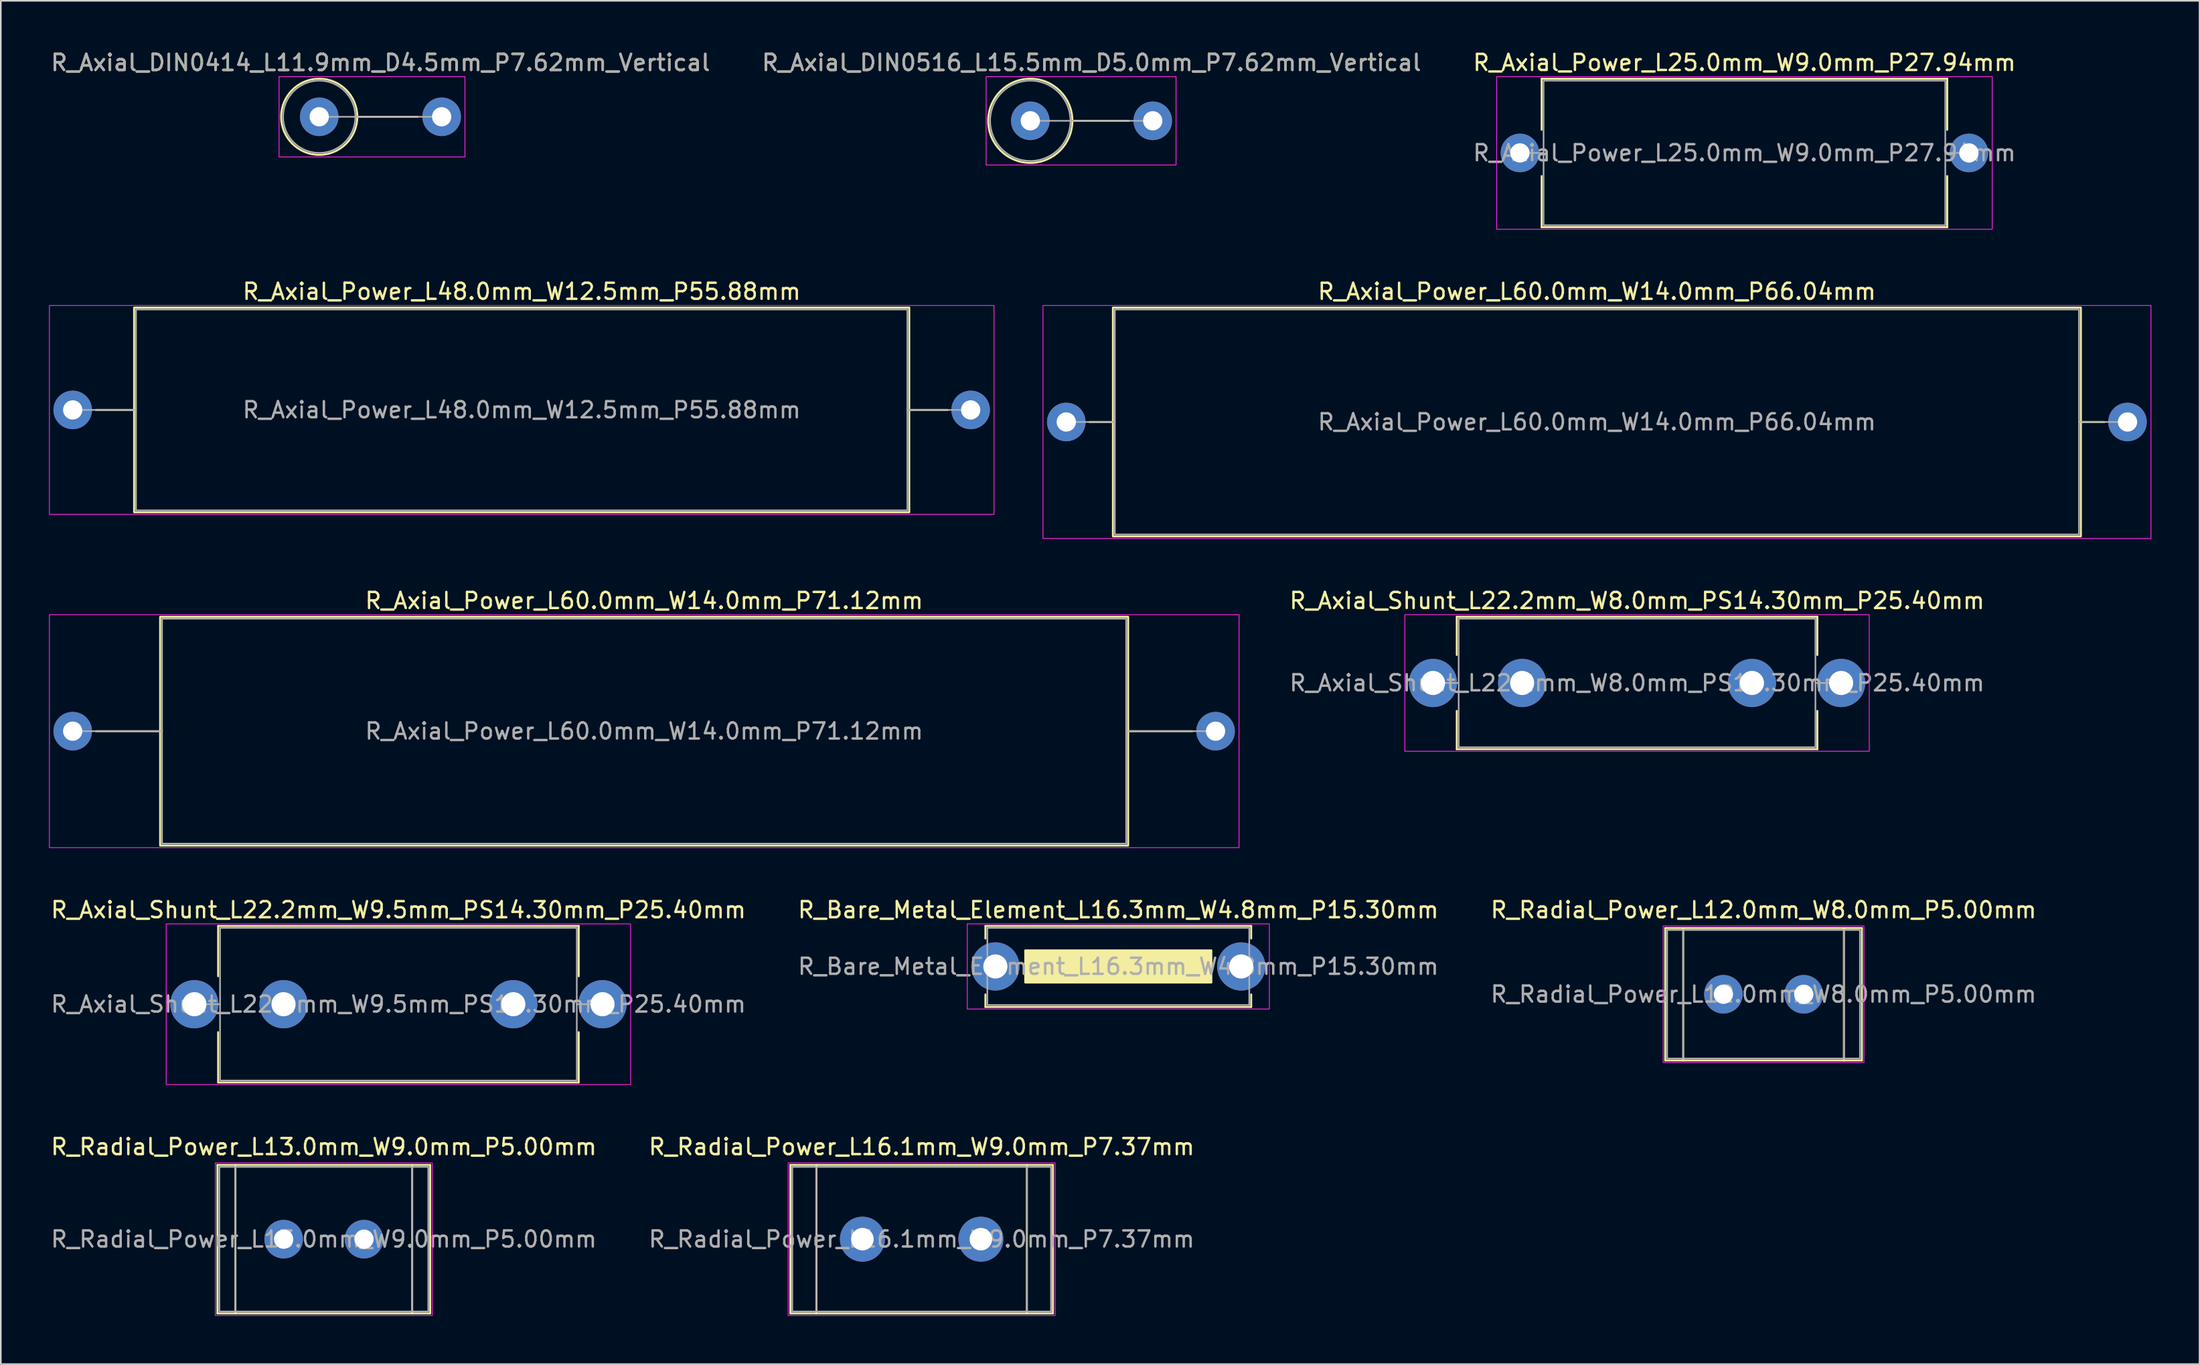
<source format=kicad_pcb>
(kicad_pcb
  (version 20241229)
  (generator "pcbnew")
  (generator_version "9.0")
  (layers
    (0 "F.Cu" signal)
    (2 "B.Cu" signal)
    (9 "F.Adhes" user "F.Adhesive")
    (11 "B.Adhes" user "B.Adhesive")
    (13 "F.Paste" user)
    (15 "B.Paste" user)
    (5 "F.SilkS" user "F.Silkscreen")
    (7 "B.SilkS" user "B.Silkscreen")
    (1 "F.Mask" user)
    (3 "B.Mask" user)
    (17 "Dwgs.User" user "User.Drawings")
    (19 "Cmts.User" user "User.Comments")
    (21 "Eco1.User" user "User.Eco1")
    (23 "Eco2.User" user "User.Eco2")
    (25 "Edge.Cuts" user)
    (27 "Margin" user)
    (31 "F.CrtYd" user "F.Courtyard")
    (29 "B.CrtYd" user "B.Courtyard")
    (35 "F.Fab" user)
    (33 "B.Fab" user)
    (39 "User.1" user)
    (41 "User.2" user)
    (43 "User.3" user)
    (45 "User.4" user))
  (footprint "R_Axial_Power_L60.0mm_W14.0mm_P71.12mm"
    (layer "F.Cu")
    (at 1.475 42.455)
    (property "Reference" "R_Axial_Power_L60.0mm_W14.0mm_P71.12mm" (at 35.56 -8.12 0) (layer "F.SilkS") (effects (font (size 1 1) (thickness 0.15))))
    (attr through_hole)
    (fp_line (start 1.44 0) (end 5.44 0) (stroke (width 0.12) (type solid)) (layer "F.SilkS"))
    (fp_line (start 69.68 0) (end 65.68 0) (stroke (width 0.12) (type solid)) (layer "F.SilkS"))
    (fp_rect (start 5.44 -7.12) (end 65.68 7.12) (stroke (width 0.12) (type solid)) (fill no) (layer "F.SilkS"))
    (fp_rect (start -1.45 -7.25) (end 72.58 7.25) (stroke (width 0.05) (type solid)) (fill no) (layer "F.CrtYd"))
    (fp_line (start 0 0) (end 5.56 0) (stroke (width 0.1) (type solid)) (layer "F.Fab"))
    (fp_line (start 71.12 0) (end 65.56 0) (stroke (width 0.1) (type solid)) (layer "F.Fab"))
    (fp_rect (start 5.56 -7) (end 65.56 7) (stroke (width 0.1) (type solid)) (fill no) (layer "F.Fab"))
    (fp_text user "${REFERENCE}" (at 35.56 0 0) (layer "F.Fab") (effects (font (size 1 1) (thickness 0.15))))
    (pad "1" thru_hole circle (at 0 0) (size 2.4 2.4) (drill 1.2) (layers "*.Cu" "*.Mask"))
    (pad "2" thru_hole circle (at 71.12 0) (size 2.4 2.4) (drill 1.2) (layers "*.Cu" "*.Mask")))
  (footprint "R_Axial_Shunt_L22.2mm_W8.0mm_PS14.30mm_P25.40mm"
    (layer "F.Cu")
    (at 86.124 39.455)
    (property "Reference" "R_Axial_Shunt_L22.2mm_W8.0mm_PS14.30mm_P25.40mm" (at 12.7 -5.12 0) (layer "F.SilkS") (effects (font (size 1 1) (thickness 0.15))))
    (attr through_hole)
    (fp_line (start 1.48 -4.12) (end 23.92 -4.12) (stroke (width 0.12) (type solid)) (layer "F.SilkS"))
    (fp_line (start 1.48 -1.74) (end 1.48 -4.12) (stroke (width 0.12) (type solid)) (layer "F.SilkS"))
    (fp_line (start 1.48 1.74) (end 1.48 4.12) (stroke (width 0.12) (type solid)) (layer "F.SilkS"))
    (fp_line (start 1.48 4.12) (end 23.92 4.12) (stroke (width 0.12) (type solid)) (layer "F.SilkS"))
    (fp_line (start 23.92 -4.12) (end 23.92 -1.74) (stroke (width 0.12) (type solid)) (layer "F.SilkS"))
    (fp_line (start 23.92 4.12) (end 23.92 1.74) (stroke (width 0.12) (type solid)) (layer "F.SilkS"))
    (fp_rect (start -1.75 -4.25) (end 27.15 4.25) (stroke (width 0.05) (type solid)) (fill no) (layer "F.CrtYd"))
    (fp_line (start 0 0) (end 1.6 0) (stroke (width 0.1) (type solid)) (layer "F.Fab"))
    (fp_line (start 25.4 0) (end 23.8 0) (stroke (width 0.1) (type solid)) (layer "F.Fab"))
    (fp_rect (start 1.6 -4) (end 23.8 4) (stroke (width 0.1) (type solid)) (fill no) (layer "F.Fab"))
    (fp_text user "${REFERENCE}" (at 12.7 0 0) (layer "F.Fab") (effects (font (size 1 1) (thickness 0.15))))
    (pad "1" thru_hole circle (at 0 0) (size 3 3) (drill 1.5) (layers "*.Cu" "*.Mask"))
    (pad "2" thru_hole circle (at 5.55 0) (size 3 3) (drill 1.5) (layers "*.Cu" "*.Mask"))
    (pad "3" thru_hole circle (at 19.85 0) (size 3 3) (drill 1.5) (layers "*.Cu" "*.Mask"))
    (pad "4" thru_hole circle (at 25.4 0) (size 3 3) (drill 1.5) (layers "*.Cu" "*.Mask")))
  (footprint "R_Axial_Power_L48.0mm_W12.5mm_P55.88mm"
    (layer "F.Cu")
    (at 1.475 22.462)
    (property "Reference" "R_Axial_Power_L48.0mm_W12.5mm_P55.88mm" (at 27.94 -7.37 0) (layer "F.SilkS") (effects (font (size 1 1) (thickness 0.15))))
    (attr through_hole)
    (fp_line (start 1.44 0) (end 3.82 0) (stroke (width 0.12) (type solid)) (layer "F.SilkS"))
    (fp_line (start 54.44 0) (end 52.06 0) (stroke (width 0.12) (type solid)) (layer "F.SilkS"))
    (fp_rect (start 3.82 -6.37) (end 52.06 6.37) (stroke (width 0.12) (type solid)) (fill no) (layer "F.SilkS"))
    (fp_rect (start -1.45 -6.5) (end 57.33 6.5) (stroke (width 0.05) (type solid)) (fill no) (layer "F.CrtYd"))
    (fp_line (start 0 0) (end 3.94 0) (stroke (width 0.1) (type solid)) (layer "F.Fab"))
    (fp_line (start 55.88 0) (end 51.94 0) (stroke (width 0.1) (type solid)) (layer "F.Fab"))
    (fp_rect (start 3.94 -6.25) (end 51.94 6.25) (stroke (width 0.1) (type solid)) (fill no) (layer "F.Fab"))
    (fp_text user "${REFERENCE}" (at 27.94 0 0) (layer "F.Fab") (effects (font (size 1 1) (thickness 0.15))))
    (pad "1" thru_hole circle (at 0 0) (size 2.4 2.4) (drill 1.2) (layers "*.Cu" "*.Mask"))
    (pad "2" thru_hole circle (at 55.88 0) (size 2.4 2.4) (drill 1.2) (layers "*.Cu" "*.Mask")))
  (footprint "R_Axial_Power_L25.0mm_W9.0mm_P27.94mm"
    (layer "F.Cu")
    (at 91.536 6.468)
    (property "Reference" "R_Axial_Power_L25.0mm_W9.0mm_P27.94mm" (at 13.97 -5.62 0) (layer "F.SilkS") (effects (font (size 1 1) (thickness 0.15))))
    (attr through_hole)
    (fp_line (start 1.35 -4.62) (end 26.59 -4.62) (stroke (width 0.12) (type solid)) (layer "F.SilkS"))
    (fp_line (start 1.35 -1.44) (end 1.35 -4.62) (stroke (width 0.12) (type solid)) (layer "F.SilkS"))
    (fp_line (start 1.35 1.44) (end 1.35 4.62) (stroke (width 0.12) (type solid)) (layer "F.SilkS"))
    (fp_line (start 1.35 4.62) (end 26.59 4.62) (stroke (width 0.12) (type solid)) (layer "F.SilkS"))
    (fp_line (start 26.59 -4.62) (end 26.59 -1.44) (stroke (width 0.12) (type solid)) (layer "F.SilkS"))
    (fp_line (start 26.59 4.62) (end 26.59 1.44) (stroke (width 0.12) (type solid)) (layer "F.SilkS"))
    (fp_rect (start -1.45 -4.75) (end 29.39 4.75) (stroke (width 0.05) (type solid)) (fill no) (layer "F.CrtYd"))
    (fp_line (start 0 0) (end 1.47 0) (stroke (width 0.1) (type solid)) (layer "F.Fab"))
    (fp_line (start 27.94 0) (end 26.47 0) (stroke (width 0.1) (type solid)) (layer "F.Fab"))
    (fp_rect (start 1.47 -4.5) (end 26.47 4.5) (stroke (width 0.1) (type solid)) (fill no) (layer "F.Fab"))
    (fp_text user "${REFERENCE}" (at 13.97 0 0) (layer "F.Fab") (effects (font (size 1 1) (thickness 0.15))))
    (pad "1" thru_hole circle (at 0 0) (size 2.4 2.4) (drill 1.2) (layers "*.Cu" "*.Mask"))
    (pad "2" thru_hole circle (at 27.94 0) (size 2.4 2.4) (drill 1.2) (layers "*.Cu" "*.Mask")))
  (footprint "R_Axial_DIN0516_L15.5mm_D5.0mm_P7.62mm_Vertical"
    (layer "F.Cu")
    (at 61.065 4.468)
    (property "Reference" "R_Axial_DIN0516_L15.5mm_D5.0mm_P7.62mm_Vertical" (at 3.81 -3.62 0) (layer "F.SilkS") (effects (font (size 1 1) (thickness 0.15))))
    (attr through_hole)
    (fp_line (start 2.62 0) (end 6.12 0) (stroke (width 0.12) (type solid)) (layer "F.SilkS"))
    (fp_circle (center 0 0) (end 2.62 0) (stroke (width 0.12) (type solid)) (fill no) (layer "F.SilkS"))
    (fp_rect (start -2.75 -2.75) (end 9.07 2.75) (stroke (width 0.05) (type solid)) (fill no) (layer "F.CrtYd"))
    (fp_line (start 0 0) (end 7.62 0) (stroke (width 0.1) (type solid)) (layer "F.Fab"))
    (fp_circle (center 0 0) (end 2.5 0) (stroke (width 0.1) (type solid)) (fill no) (layer "F.Fab"))
    (fp_text user "${REFERENCE}" (at 3.81 -3.62 0) (layer "F.Fab") (effects (font (size 1 1) (thickness 0.15))))
    (pad "1" thru_hole circle (at 0 0) (size 2.4 2.4) (drill 1.2) (layers "*.Cu" "*.Mask"))
    (pad "2" thru_hole circle (at 7.62 0) (size 2.4 2.4) (drill 1.2) (layers "*.Cu" "*.Mask")))
  (footprint "R_Axial_Power_L60.0mm_W14.0mm_P66.04mm"
    (layer "F.Cu")
    (at 63.305 23.212)
    (property "Reference" "R_Axial_Power_L60.0mm_W14.0mm_P66.04mm" (at 33.02 -8.12 0) (layer "F.SilkS") (effects (font (size 1 1) (thickness 0.15))))
    (attr through_hole)
    (fp_line (start 1.44 0) (end 2.9 0) (stroke (width 0.12) (type solid)) (layer "F.SilkS"))
    (fp_line (start 64.6 0) (end 63.14 0) (stroke (width 0.12) (type solid)) (layer "F.SilkS"))
    (fp_rect (start 2.9 -7.12) (end 63.14 7.12) (stroke (width 0.12) (type solid)) (fill no) (layer "F.SilkS"))
    (fp_rect (start -1.45 -7.25) (end 67.5 7.25) (stroke (width 0.05) (type solid)) (fill no) (layer "F.CrtYd"))
    (fp_line (start 0 0) (end 3.02 0) (stroke (width 0.1) (type solid)) (layer "F.Fab"))
    (fp_line (start 66.04 0) (end 63.02 0) (stroke (width 0.1) (type solid)) (layer "F.Fab"))
    (fp_rect (start 3.02 -7) (end 63.02 7) (stroke (width 0.1) (type solid)) (fill no) (layer "F.Fab"))
    (fp_text user "${REFERENCE}" (at 33.02 0 0) (layer "F.Fab") (effects (font (size 1 1) (thickness 0.15))))
    (pad "1" thru_hole circle (at 0 0) (size 2.4 2.4) (drill 1.2) (layers "*.Cu" "*.Mask"))
    (pad "2" thru_hole circle (at 66.04 0) (size 2.4 2.4) (drill 1.2) (layers "*.Cu" "*.Mask")))
  (footprint "R_Radial_Power_L12.0mm_W8.0mm_P5.00mm"
    (layer "F.Cu")
    (at 104.196 58.828)
    (property "Reference" "R_Radial_Power_L12.0mm_W8.0mm_P5.00mm" (at 2.5 -5.25 0) (layer "F.SilkS") (effects (font (size 1 1) (thickness 0.15))))
    (attr through_hole)
    (fp_line (start -3.62 -4.12) (end 8.62 -4.12) (stroke (width 0.12) (type solid)) (layer "F.SilkS"))
    (fp_line (start -3.62 4.12) (end -3.62 -4.12) (stroke (width 0.12) (type solid)) (layer "F.SilkS"))
    (fp_line (start -2.5 -4.12) (end -2.5 4.12) (stroke (width 0.12) (type solid)) (layer "F.SilkS"))
    (fp_line (start 7.5 -4.12) (end 7.5 4.12) (stroke (width 0.12) (type solid)) (layer "F.SilkS"))
    (fp_line (start 8.62 -4.12) (end 8.62 4.12) (stroke (width 0.12) (type solid)) (layer "F.SilkS"))
    (fp_line (start 8.62 4.12) (end -3.62 4.12) (stroke (width 0.12) (type solid)) (layer "F.SilkS"))
    (fp_rect (start -3.75 -4.25) (end 8.75 4.25) (stroke (width 0.05) (type solid)) (fill no) (layer "F.CrtYd"))
    (fp_line (start -2.5 -4) (end -2.5 4) (stroke (width 0.1) (type solid)) (layer "F.Fab"))
    (fp_line (start 7.5 -4) (end 7.5 4) (stroke (width 0.1) (type solid)) (layer "F.Fab"))
    (fp_rect (start -3.5 -4) (end 8.5 4) (stroke (width 0.1) (type solid)) (fill no) (layer "F.Fab"))
    (fp_text user "${REFERENCE}" (at 2.5 0 0) (layer "F.Fab") (effects (font (size 1 1) (thickness 0.15))))
    (pad "1" thru_hole circle (at 0 0) (size 2.4 2.4) (drill 1.2) (layers "*.Cu" "*.Mask"))
    (pad "2" thru_hole circle (at 5 0) (size 2.4 2.4) (drill 1.2) (layers "*.Cu" "*.Mask")))
  (footprint "R_Radial_Power_L13.0mm_W9.0mm_P5.00mm"
    (layer "F.Cu")
    (at 14.601 74.071)
    (property "Reference" "R_Radial_Power_L13.0mm_W9.0mm_P5.00mm" (at 2.5 -5.75 0) (layer "F.SilkS") (effects (font (size 1 1) (thickness 0.15))))
    (attr through_hole)
    (fp_line (start -4.12 -4.62) (end 9.12 -4.62) (stroke (width 0.12) (type solid)) (layer "F.SilkS"))
    (fp_line (start -4.12 4.62) (end -4.12 -4.62) (stroke (width 0.12) (type solid)) (layer "F.SilkS"))
    (fp_line (start -3 -4.62) (end -3 4.62) (stroke (width 0.12) (type solid)) (layer "F.SilkS"))
    (fp_line (start 8 -4.62) (end 8 4.62) (stroke (width 0.12) (type solid)) (layer "F.SilkS"))
    (fp_line (start 9.12 -4.62) (end 9.12 4.62) (stroke (width 0.12) (type solid)) (layer "F.SilkS"))
    (fp_line (start 9.12 4.62) (end -4.12 4.62) (stroke (width 0.12) (type solid)) (layer "F.SilkS"))
    (fp_rect (start -4.25 -4.75) (end 9.25 4.75) (stroke (width 0.05) (type solid)) (fill no) (layer "F.CrtYd"))
    (fp_line (start -3 -4.5) (end -3 4.5) (stroke (width 0.1) (type solid)) (layer "F.Fab"))
    (fp_line (start 8 -4.5) (end 8 4.5) (stroke (width 0.1) (type solid)) (layer "F.Fab"))
    (fp_rect (start -4 -4.5) (end 9 4.5) (stroke (width 0.1) (type solid)) (fill no) (layer "F.Fab"))
    (fp_text user "${REFERENCE}" (at 2.5 0 0) (layer "F.Fab") (effects (font (size 1 1) (thickness 0.15))))
    (pad "1" thru_hole circle (at 0 0) (size 2.4 2.4) (drill 1.2) (layers "*.Cu" "*.Mask"))
    (pad "2" thru_hole circle (at 5 0) (size 2.4 2.4) (drill 1.2) (layers "*.Cu" "*.Mask")))
  (footprint "R_Bare_Metal_Element_L16.3mm_W4.8mm_P15.30mm"
    (layer "F.Cu")
    (at 58.892 57.098)
    (property "Reference" "R_Bare_Metal_Element_L16.3mm_W4.8mm_P15.30mm" (at 7.65 -3.52 0) (layer "F.SilkS") (effects (font (size 1 1) (thickness 0.15))))
    (attr through_hole)
    (fp_line (start -0.62 -2.52) (end 15.92 -2.52) (stroke (width 0.12) (type solid)) (layer "F.SilkS"))
    (fp_line (start -0.62 -1.74) (end -0.62 -2.52) (stroke (width 0.12) (type solid)) (layer "F.SilkS"))
    (fp_line (start -0.62 1.74) (end -0.62 2.52) (stroke (width 0.12) (type solid)) (layer "F.SilkS"))
    (fp_line (start -0.62 2.52) (end 15.92 2.52) (stroke (width 0.12) (type solid)) (layer "F.SilkS"))
    (fp_line (start 15.92 -2.52) (end 15.92 -1.74) (stroke (width 0.12) (type solid)) (layer "F.SilkS"))
    (fp_line (start 15.92 2.52) (end 15.92 1.74) (stroke (width 0.12) (type solid)) (layer "F.SilkS"))
    (fp_rect (start 1.86 -1) (end 13.44 1) (stroke (width 0.12) (type solid)) (fill yes) (layer "F.SilkS"))
    (fp_rect (start -1.75 -2.65) (end 17.05 2.65) (stroke (width 0.05) (type solid)) (fill no) (layer "F.CrtYd"))
    (fp_rect (start -0.5 -2.4) (end 15.8 2.4) (stroke (width 0.1) (type solid)) (fill no) (layer "F.Fab"))
    (fp_text user "${REFERENCE}" (at 7.65 0 0) (layer "F.Fab") (effects (font (size 1 1) (thickness 0.15))))
    (pad "1" thru_hole circle (at 0 0) (size 3 3) (drill 1.5) (layers "*.Cu" "*.Mask"))
    (pad "2" thru_hole circle (at 15.3 0) (size 3 3) (drill 1.5) (layers "*.Cu" "*.Mask")))
  (footprint "R_Axial_DIN0414_L11.9mm_D4.5mm_P7.62mm_Vertical"
    (layer "F.Cu")
    (at 16.815 4.218)
    (property "Reference" "R_Axial_DIN0414_L11.9mm_D4.5mm_P7.62mm_Vertical" (at 3.81 -3.37 0) (layer "F.SilkS") (effects (font (size 1 1) (thickness 0.15))))
    (attr through_hole)
    (fp_line (start 2.37 0) (end 6.12 0) (stroke (width 0.12) (type solid)) (layer "F.SilkS"))
    (fp_circle (center 0 0) (end 2.37 0) (stroke (width 0.12) (type solid)) (fill no) (layer "F.SilkS"))
    (fp_rect (start -2.5 -2.5) (end 9.07 2.5) (stroke (width 0.05) (type solid)) (fill no) (layer "F.CrtYd"))
    (fp_line (start 0 0) (end 7.62 0) (stroke (width 0.1) (type solid)) (layer "F.Fab"))
    (fp_circle (center 0 0) (end 2.25 0) (stroke (width 0.1) (type solid)) (fill no) (layer "F.Fab"))
    (fp_text user "${REFERENCE}" (at 3.81 -3.37 0) (layer "F.Fab") (effects (font (size 1 1) (thickness 0.15))))
    (pad "1" thru_hole circle (at 0 0) (size 2.4 2.4) (drill 1.2) (layers "*.Cu" "*.Mask"))
    (pad "2" thru_hole circle (at 7.62 0) (size 2.4 2.4) (drill 1.2) (layers "*.Cu" "*.Mask")))
  (footprint "R_Axial_Shunt_L22.2mm_W9.5mm_PS14.30mm_P25.40mm"
    (layer "F.Cu")
    (at 9.044 59.448)
    (property "Reference" "R_Axial_Shunt_L22.2mm_W9.5mm_PS14.30mm_P25.40mm" (at 12.7 -5.87 0) (layer "F.SilkS") (effects (font (size 1 1) (thickness 0.15))))
    (attr through_hole)
    (fp_line (start 1.48 -4.87) (end 23.92 -4.87) (stroke (width 0.12) (type solid)) (layer "F.SilkS"))
    (fp_line (start 1.48 -1.74) (end 1.48 -4.87) (stroke (width 0.12) (type solid)) (layer "F.SilkS"))
    (fp_line (start 1.48 1.74) (end 1.48 4.87) (stroke (width 0.12) (type solid)) (layer "F.SilkS"))
    (fp_line (start 1.48 4.87) (end 23.92 4.87) (stroke (width 0.12) (type solid)) (layer "F.SilkS"))
    (fp_line (start 23.92 -4.87) (end 23.92 -1.74) (stroke (width 0.12) (type solid)) (layer "F.SilkS"))
    (fp_line (start 23.92 4.87) (end 23.92 1.74) (stroke (width 0.12) (type solid)) (layer "F.SilkS"))
    (fp_rect (start -1.75 -5) (end 27.15 5) (stroke (width 0.05) (type solid)) (fill no) (layer "F.CrtYd"))
    (fp_line (start 0 0) (end 1.6 0) (stroke (width 0.1) (type solid)) (layer "F.Fab"))
    (fp_line (start 25.4 0) (end 23.8 0) (stroke (width 0.1) (type solid)) (layer "F.Fab"))
    (fp_rect (start 1.6 -4.75) (end 23.8 4.75) (stroke (width 0.1) (type solid)) (fill no) (layer "F.Fab"))
    (fp_text user "${REFERENCE}" (at 12.7 0 0) (layer "F.Fab") (effects (font (size 1 1) (thickness 0.15))))
    (pad "1" thru_hole circle (at 0 0) (size 3 3) (drill 1.5) (layers "*.Cu" "*.Mask"))
    (pad "2" thru_hole circle (at 5.55 0) (size 3 3) (drill 1.5) (layers "*.Cu" "*.Mask"))
    (pad "3" thru_hole circle (at 19.85 0) (size 3 3) (drill 1.5) (layers "*.Cu" "*.Mask"))
    (pad "4" thru_hole circle (at 25.4 0) (size 3 3) (drill 1.5) (layers "*.Cu" "*.Mask")))
  (footprint "R_Radial_Power_L16.1mm_W9.0mm_P7.37mm"
    (layer "F.Cu")
    (at 50.619 74.071)
    (property "Reference" "R_Radial_Power_L16.1mm_W9.0mm_P7.37mm" (at 3.685 -5.75 0) (layer "F.SilkS") (effects (font (size 1 1) (thickness 0.15))))
    (attr through_hole)
    (fp_line (start -4.485 -4.62) (end 11.855 -4.62) (stroke (width 0.12) (type solid)) (layer "F.SilkS"))
    (fp_line (start -4.485 4.62) (end -4.485 -4.62) (stroke (width 0.12) (type solid)) (layer "F.SilkS"))
    (fp_line (start -2.865 -4.62) (end -2.865 4.62) (stroke (width 0.12) (type solid)) (layer "F.SilkS"))
    (fp_line (start 10.235 -4.62) (end 10.235 4.62) (stroke (width 0.12) (type solid)) (layer "F.SilkS"))
    (fp_line (start 11.855 -4.62) (end 11.855 4.62) (stroke (width 0.12) (type solid)) (layer "F.SilkS"))
    (fp_line (start 11.855 4.62) (end -4.485 4.62) (stroke (width 0.12) (type solid)) (layer "F.SilkS"))
    (fp_rect (start -4.62 -4.75) (end 11.99 4.75) (stroke (width 0.05) (type solid)) (fill no) (layer "F.CrtYd"))
    (fp_line (start -2.865 -4.5) (end -2.865 4.5) (stroke (width 0.1) (type solid)) (layer "F.Fab"))
    (fp_line (start 10.235 -4.5) (end 10.235 4.5) (stroke (width 0.1) (type solid)) (layer "F.Fab"))
    (fp_rect (start -4.365 -4.5) (end 11.735 4.5) (stroke (width 0.1) (type solid)) (fill no) (layer "F.Fab"))
    (fp_text user "${REFERENCE}" (at 3.685 0 0) (layer "F.Fab") (effects (font (size 1 1) (thickness 0.15))))
    (pad "1" thru_hole circle (at 0 0) (size 2.8 2.8) (drill 1.4) (layers "*.Cu" "*.Mask"))
    (pad "2" thru_hole circle (at 7.37 0) (size 2.8 2.8) (drill 1.4) (layers "*.Cu" "*.Mask")))
  (gr_rect
    (start -3 -3)
    (end 133.83 81.846)
    (stroke (width 0.1) (type default))
    (fill no)
    (layer "Edge.Cuts")))
</source>
